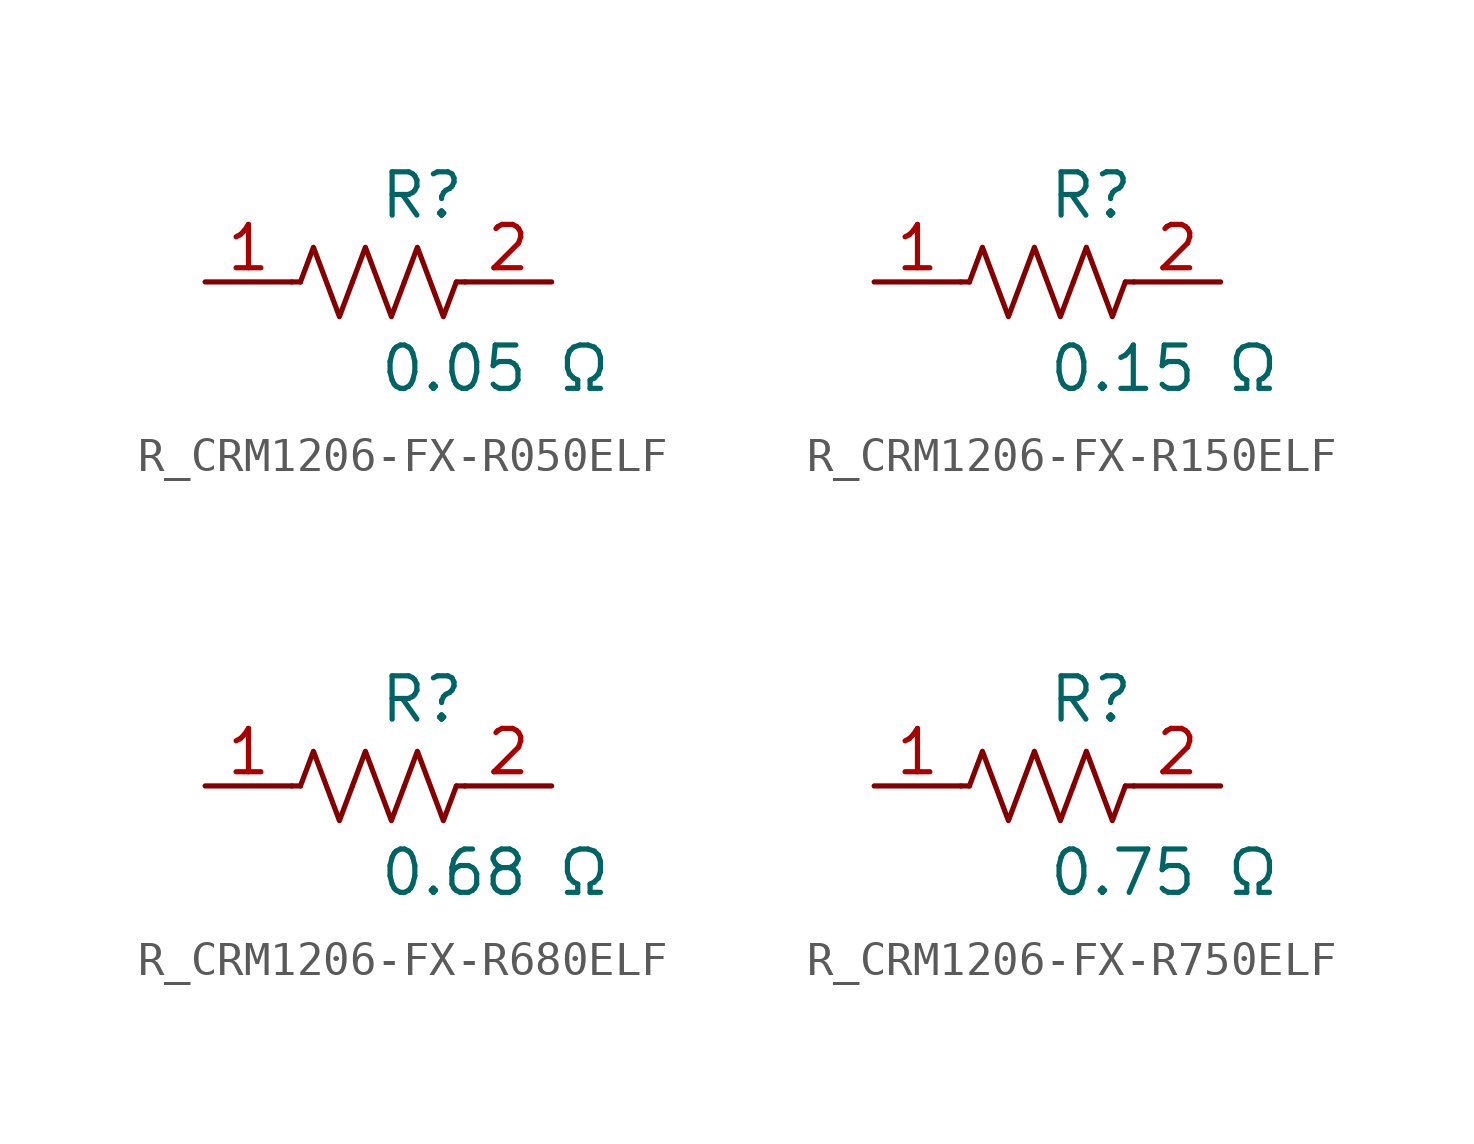
<source format=kicad_sym>
(kicad_symbol_lib
  (version 20231120)
  (generator kicad_symbol_editor)
  (generator_version 8.0)
  (symbol "R_CRM1206-FX-R050ELF"
    (pin_names
      (offset 0.254))
    (property "Reference" "R"
      (at 0 2.54 0)
      (effects (font (size 1.27 1.27)) (justify left)))
    (property "Value" "0.05 Ω"
      (at 0 -2.54 0)
      (effects (font (size 1.27 1.27)) (justify left)))
    (symbol "R_CRM1206-FX-R050ELF_0_1"
      (polyline (pts (xy 2.286 0) (xy 2.54 0)) (stroke (width 0) (type default)) (fill (type none)))
      (polyline (pts (xy -2.286 0) (xy -2.54 0)) (stroke (width 0) (type default)) (fill (type none)))
      (polyline (pts (xy 0.762 0) (xy 1.143 1.016) (xy 1.524 0) (xy 1.905 -1.016) (xy 2.286 0)) (stroke (width 0) (type default)) (fill (type none)))
      (polyline (pts (xy -0.762 0) (xy -0.381 1.016) (xy 0 0) (xy 0.381 -1.016) (xy 0.762 0)) (stroke (width 0) (type default)) (fill (type none)))
      (polyline (pts (xy -2.286 0) (xy -1.905 1.016) (xy -1.524 0) (xy -1.143 -1.016) (xy -0.762 0)) (stroke (width 0) (type default)) (fill (type none))))
    (pin passive line
      (at -5.08 0 0)
      (length 2.54)
      (name "" (effects (font (size 1.27 1.27))))
      (number "1" (effects (font (size 1.27 1.27)))))
    (pin passive line
      (at 5.08 0 180)
      (length 2.54)
      (name "" (effects (font (size 1.27 1.27))))
      (number "2" (effects (font (size 1.27 1.27))))))
  (symbol "R_CRM1206-FX-R150ELF"
    (pin_names
      (offset 0.254))
    (property "Reference" "R"
      (at 0 2.54 0)
      (effects (font (size 1.27 1.27)) (justify left)))
    (property "Value" "0.15 Ω"
      (at 0 -2.54 0)
      (effects (font (size 1.27 1.27)) (justify left)))
    (symbol "R_CRM1206-FX-R150ELF_0_1"
      (polyline (pts (xy 2.286 0) (xy 2.54 0)) (stroke (width 0) (type default)) (fill (type none)))
      (polyline (pts (xy -2.286 0) (xy -2.54 0)) (stroke (width 0) (type default)) (fill (type none)))
      (polyline (pts (xy 0.762 0) (xy 1.143 1.016) (xy 1.524 0) (xy 1.905 -1.016) (xy 2.286 0)) (stroke (width 0) (type default)) (fill (type none)))
      (polyline (pts (xy -0.762 0) (xy -0.381 1.016) (xy 0 0) (xy 0.381 -1.016) (xy 0.762 0)) (stroke (width 0) (type default)) (fill (type none)))
      (polyline (pts (xy -2.286 0) (xy -1.905 1.016) (xy -1.524 0) (xy -1.143 -1.016) (xy -0.762 0)) (stroke (width 0) (type default)) (fill (type none))))
    (pin passive line
      (at -5.08 0 0)
      (length 2.54)
      (name "" (effects (font (size 1.27 1.27))))
      (number "1" (effects (font (size 1.27 1.27)))))
    (pin passive line
      (at 5.08 0 180)
      (length 2.54)
      (name "" (effects (font (size 1.27 1.27))))
      (number "2" (effects (font (size 1.27 1.27))))))
  (symbol "R_CRM1206-FX-R680ELF"
    (pin_names
      (offset 0.254))
    (property "Reference" "R"
      (at 0 2.54 0)
      (effects (font (size 1.27 1.27)) (justify left)))
    (property "Value" "0.68 Ω"
      (at 0 -2.54 0)
      (effects (font (size 1.27 1.27)) (justify left)))
    (symbol "R_CRM1206-FX-R680ELF_0_1"
      (polyline (pts (xy 2.286 0) (xy 2.54 0)) (stroke (width 0) (type default)) (fill (type none)))
      (polyline (pts (xy -2.286 0) (xy -2.54 0)) (stroke (width 0) (type default)) (fill (type none)))
      (polyline (pts (xy 0.762 0) (xy 1.143 1.016) (xy 1.524 0) (xy 1.905 -1.016) (xy 2.286 0)) (stroke (width 0) (type default)) (fill (type none)))
      (polyline (pts (xy -0.762 0) (xy -0.381 1.016) (xy 0 0) (xy 0.381 -1.016) (xy 0.762 0)) (stroke (width 0) (type default)) (fill (type none)))
      (polyline (pts (xy -2.286 0) (xy -1.905 1.016) (xy -1.524 0) (xy -1.143 -1.016) (xy -0.762 0)) (stroke (width 0) (type default)) (fill (type none))))
    (pin passive line
      (at -5.08 0 0)
      (length 2.54)
      (name "" (effects (font (size 1.27 1.27))))
      (number "1" (effects (font (size 1.27 1.27)))))
    (pin passive line
      (at 5.08 0 180)
      (length 2.54)
      (name "" (effects (font (size 1.27 1.27))))
      (number "2" (effects (font (size 1.27 1.27))))))
  (symbol "R_CRM1206-FX-R750ELF"
    (pin_names
      (offset 0.254))
    (property "Reference" "R"
      (at 0 2.54 0)
      (effects (font (size 1.27 1.27)) (justify left)))
    (property "Value" "0.75 Ω"
      (at 0 -2.54 0)
      (effects (font (size 1.27 1.27)) (justify left)))
    (symbol "R_CRM1206-FX-R750ELF_0_1"
      (polyline (pts (xy 2.286 0) (xy 2.54 0)) (stroke (width 0) (type default)) (fill (type none)))
      (polyline (pts (xy -2.286 0) (xy -2.54 0)) (stroke (width 0) (type default)) (fill (type none)))
      (polyline (pts (xy 0.762 0) (xy 1.143 1.016) (xy 1.524 0) (xy 1.905 -1.016) (xy 2.286 0)) (stroke (width 0) (type default)) (fill (type none)))
      (polyline (pts (xy -0.762 0) (xy -0.381 1.016) (xy 0 0) (xy 0.381 -1.016) (xy 0.762 0)) (stroke (width 0) (type default)) (fill (type none)))
      (polyline (pts (xy -2.286 0) (xy -1.905 1.016) (xy -1.524 0) (xy -1.143 -1.016) (xy -0.762 0)) (stroke (width 0) (type default)) (fill (type none))))
    (pin passive line
      (at -5.08 0 0)
      (length 2.54)
      (name "" (effects (font (size 1.27 1.27))))
      (number "1" (effects (font (size 1.27 1.27)))))
    (pin passive line
      (at 5.08 0 180)
      (length 2.54)
      (name "" (effects (font (size 1.27 1.27))))
      (number "2" (effects (font (size 1.27 1.27)))))))
</source>
